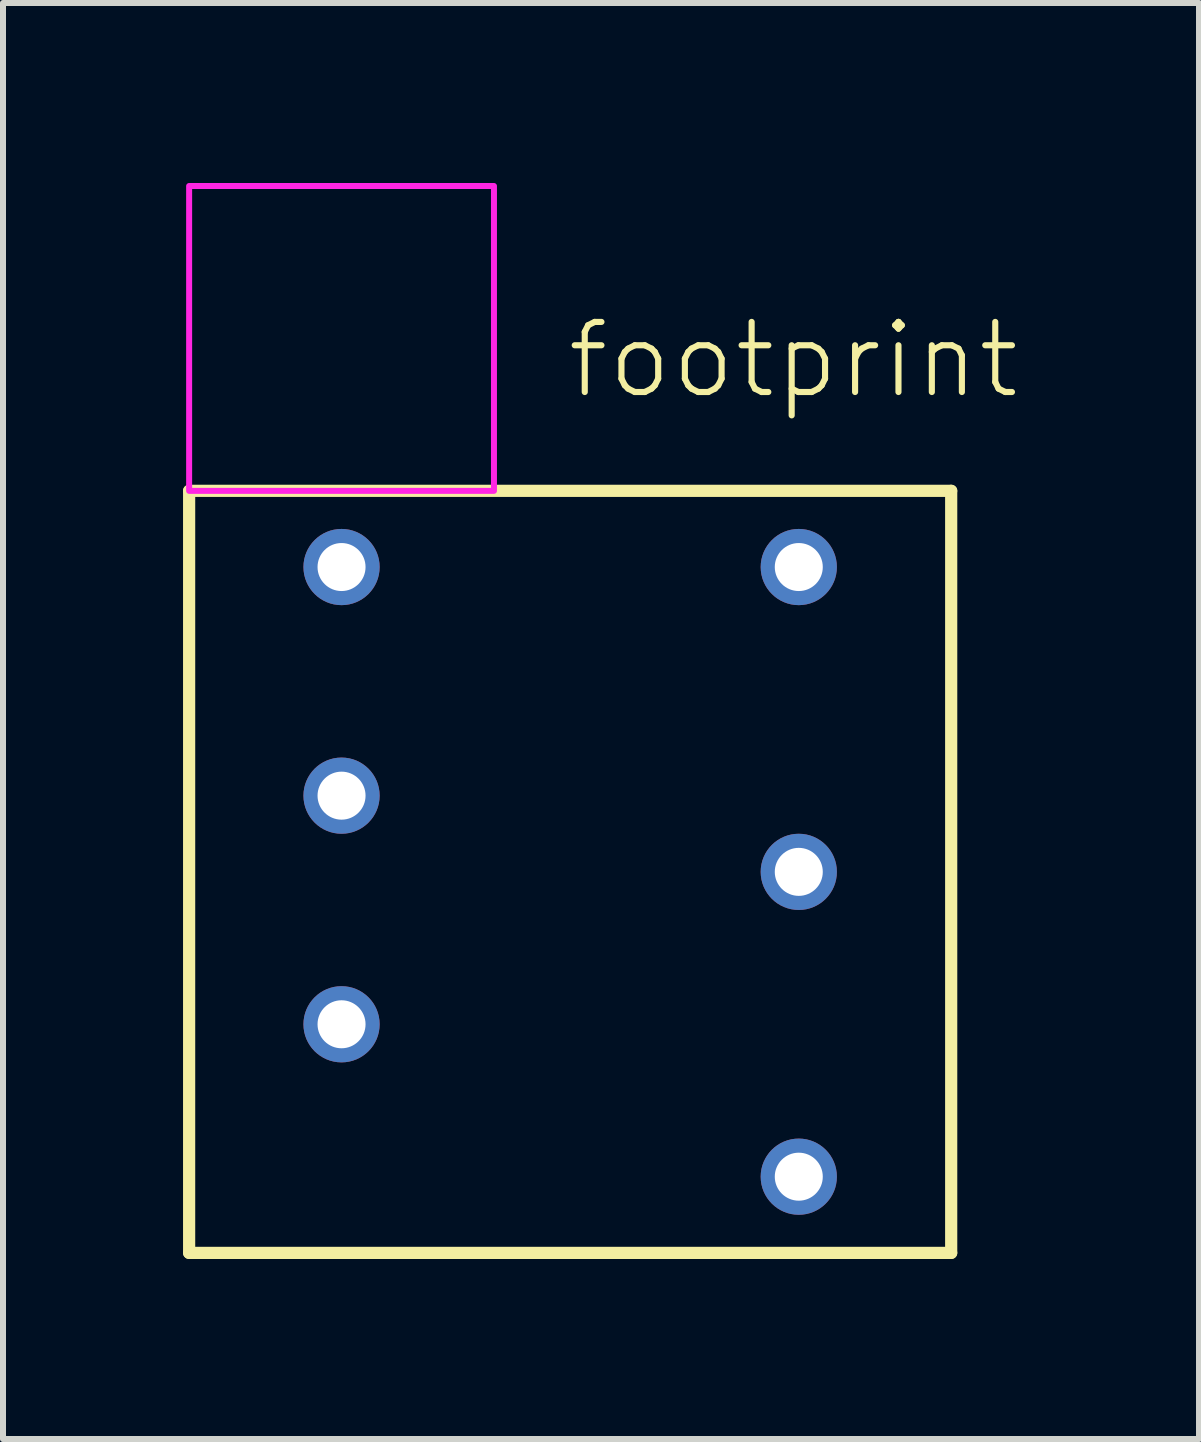
<source format=kicad_pcb>
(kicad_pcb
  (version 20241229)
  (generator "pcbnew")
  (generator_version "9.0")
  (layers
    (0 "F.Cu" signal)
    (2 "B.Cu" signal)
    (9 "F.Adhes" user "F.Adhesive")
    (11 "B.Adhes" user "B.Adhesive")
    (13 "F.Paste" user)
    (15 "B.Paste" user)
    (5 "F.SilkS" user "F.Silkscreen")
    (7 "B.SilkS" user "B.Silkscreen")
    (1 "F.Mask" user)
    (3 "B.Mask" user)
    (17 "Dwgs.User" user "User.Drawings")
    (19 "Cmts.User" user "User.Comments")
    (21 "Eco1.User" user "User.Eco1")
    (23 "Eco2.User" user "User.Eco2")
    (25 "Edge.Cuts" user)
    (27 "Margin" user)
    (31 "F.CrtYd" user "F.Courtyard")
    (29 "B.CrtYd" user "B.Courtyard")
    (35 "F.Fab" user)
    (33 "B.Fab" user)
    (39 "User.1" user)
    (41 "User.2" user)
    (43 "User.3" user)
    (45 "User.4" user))
  (footprint "footprint"
    (layer "F.Cu")
    (at 6.452 11.48)
    (property "Reference" "footprint" (at -0.102 -7.849 0) (layer "F.SilkS") (effects (font (size 1.168 1.168) (thickness 0.102)) (justify left bottom)))
    (fp_line (start -6.35 -6.35) (end 6.35 -6.35) (stroke (width 0.203) (type solid)) (layer "F.SilkS"))
    (fp_line (start -6.35 6.35) (end -6.35 -6.35) (stroke (width 0.203) (type solid)) (layer "F.SilkS"))
    (fp_line (start 6.35 -6.35) (end 6.35 6.35) (stroke (width 0.203) (type solid)) (layer "F.SilkS"))
    (fp_line (start 6.35 6.35) (end -6.35 6.35) (stroke (width 0.203) (type solid)) (layer "F.SilkS"))
    (fp_poly (pts (xy -6.35 -6.35) (xy -1.27 -6.35) (xy -1.27 -11.43) (xy -6.35 -11.43)) (stroke (width 0.1) (type solid)) (fill no) (layer "F.CrtYd"))
    (pad "1" thru_hole circle (at -3.81 -5.08) (size 1.27 1.27) (drill 0.8) (layers "*.Cu" "*.Mask"))
    (pad "2" thru_hole circle (at -3.81 -1.27) (size 1.27 1.27) (drill 0.8) (layers "*.Cu" "*.Mask"))
    (pad "3" thru_hole circle (at 3.81 -5.08) (size 1.27 1.27) (drill 0.8) (layers "*.Cu" "*.Mask"))
    (pad "4" thru_hole circle (at 3.81 5.08) (size 1.27 1.27) (drill 0.8) (layers "*.Cu" "*.Mask"))
    (pad "5" thru_hole circle (at 3.81 0) (size 1.27 1.27) (drill 0.8) (layers "*.Cu" "*.Mask"))
    (pad "6" thru_hole circle (at -3.81 2.54) (size 1.27 1.27) (drill 0.8) (layers "*.Cu" "*.Mask")))
  (gr_rect
    (start -3 -3)
    (end 16.932 20.932)
    (stroke (width 0.1) (type default))
    (fill no)
    (layer "Edge.Cuts")))
</source>
